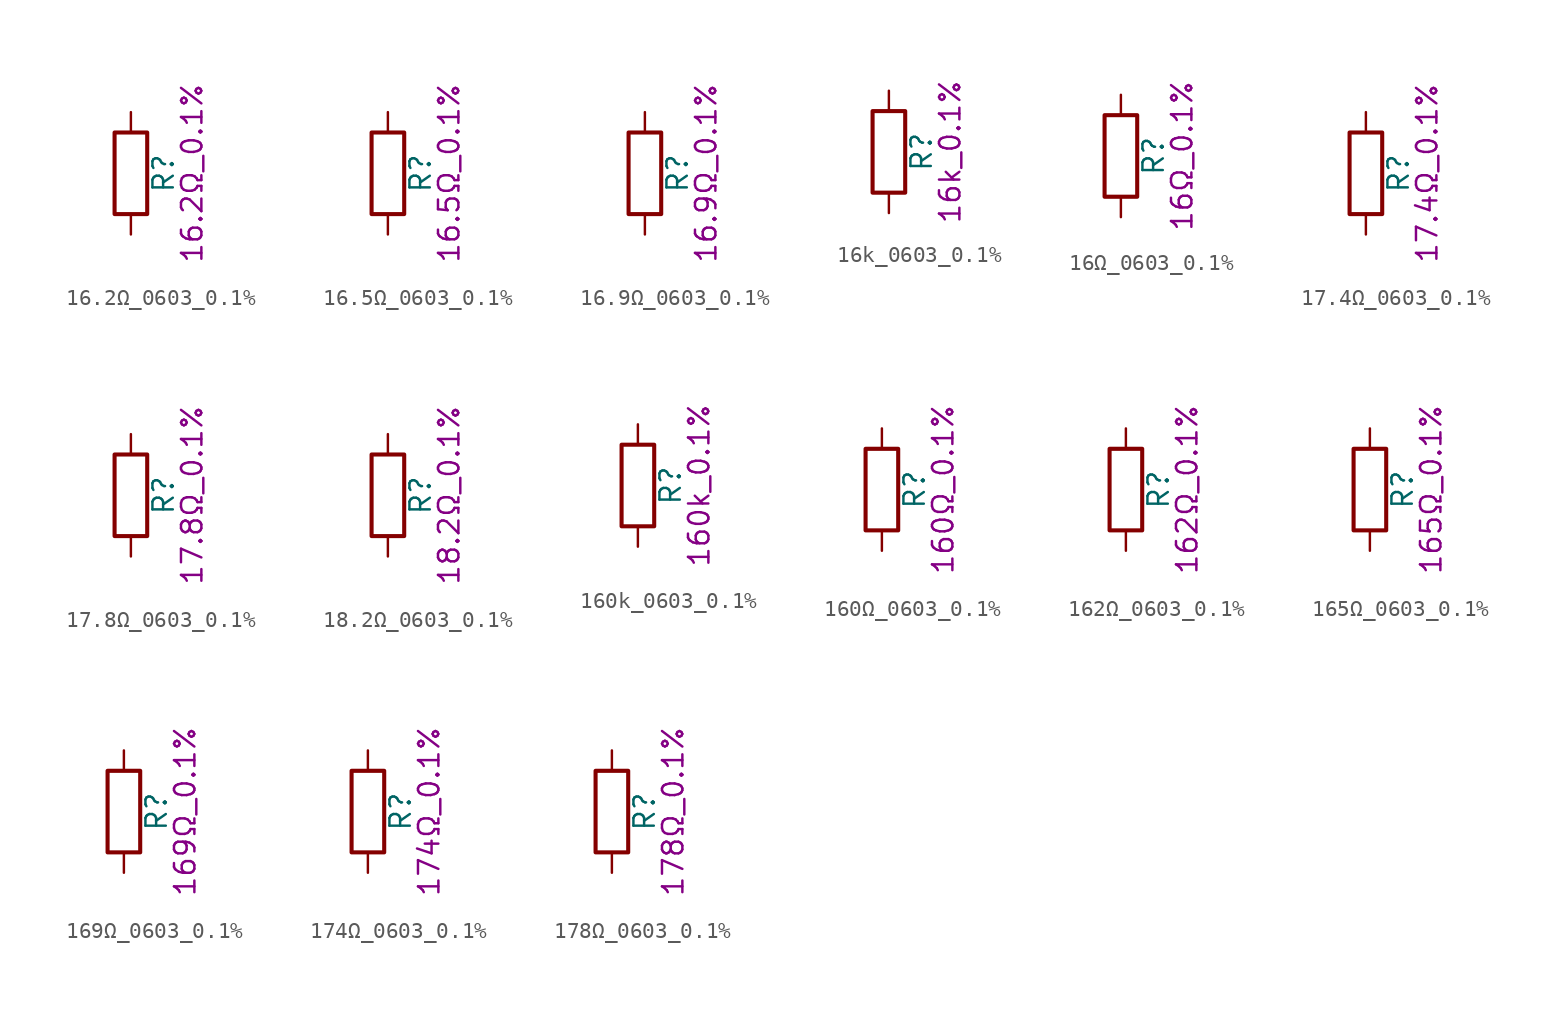
<source format=kicad_sym>
(kicad_symbol_lib
  (version 20211014)
  (generator kicad_symbol_editor)
  (symbol "16.2Ω_0603_0.1%"
    (pin_numbers hide)
    (pin_names
      (offset 0))
    (property "Reference" "R"
      (at 2.032 0 90)
      (effects (font (size 1.27 1.27))))
    (property "Display" "16.2Ω_0.1%"
      (at 3.81 0 90)
      (effects (font (size 1.27 1.27))))
    (symbol "16.2Ω_0603_0.1%_0_1"
      (rectangle (start -1.016 -2.54) (end 1.016 2.54) (stroke (width 0.254) (type default) (color 0 0 0 0)) (fill (type none))))
    (symbol "16.2Ω_0603_0.1%_1_1"
      (pin passive line (at 0 3.81 270) (length 1.27) (name "~" (effects (font (size 1.27 1.27)))) (number "1" (effects (font (size 1.27 1.27)))))
      (pin passive line (at 0 -3.81 90) (length 1.27) (name "~" (effects (font (size 1.27 1.27)))) (number "2" (effects (font (size 1.27 1.27)))))))
  (symbol "16.5Ω_0603_0.1%"
    (pin_numbers hide)
    (pin_names
      (offset 0))
    (property "Reference" "R"
      (at 2.032 0 90)
      (effects (font (size 1.27 1.27))))
    (property "Display" "16.5Ω_0.1%"
      (at 3.81 0 90)
      (effects (font (size 1.27 1.27))))
    (symbol "16.5Ω_0603_0.1%_0_1"
      (rectangle (start -1.016 -2.54) (end 1.016 2.54) (stroke (width 0.254) (type default) (color 0 0 0 0)) (fill (type none))))
    (symbol "16.5Ω_0603_0.1%_1_1"
      (pin passive line (at 0 3.81 270) (length 1.27) (name "~" (effects (font (size 1.27 1.27)))) (number "1" (effects (font (size 1.27 1.27)))))
      (pin passive line (at 0 -3.81 90) (length 1.27) (name "~" (effects (font (size 1.27 1.27)))) (number "2" (effects (font (size 1.27 1.27)))))))
  (symbol "16.9Ω_0603_0.1%"
    (pin_numbers hide)
    (pin_names
      (offset 0))
    (property "Reference" "R"
      (at 2.032 0 90)
      (effects (font (size 1.27 1.27))))
    (property "Display" "16.9Ω_0.1%"
      (at 3.81 0 90)
      (effects (font (size 1.27 1.27))))
    (symbol "16.9Ω_0603_0.1%_0_1"
      (rectangle (start -1.016 -2.54) (end 1.016 2.54) (stroke (width 0.254) (type default) (color 0 0 0 0)) (fill (type none))))
    (symbol "16.9Ω_0603_0.1%_1_1"
      (pin passive line (at 0 3.81 270) (length 1.27) (name "~" (effects (font (size 1.27 1.27)))) (number "1" (effects (font (size 1.27 1.27)))))
      (pin passive line (at 0 -3.81 90) (length 1.27) (name "~" (effects (font (size 1.27 1.27)))) (number "2" (effects (font (size 1.27 1.27)))))))
  (symbol "16k_0603_0.1%"
    (pin_numbers hide)
    (pin_names
      (offset 0))
    (property "Reference" "R"
      (at 2.032 0 90)
      (effects (font (size 1.27 1.27))))
    (property "Display" "16k_0.1%"
      (at 3.81 0 90)
      (effects (font (size 1.27 1.27))))
    (symbol "16k_0603_0.1%_0_1"
      (rectangle (start -1.016 -2.54) (end 1.016 2.54) (stroke (width 0.254) (type default) (color 0 0 0 0)) (fill (type none))))
    (symbol "16k_0603_0.1%_1_1"
      (pin passive line (at 0 3.81 270) (length 1.27) (name "~" (effects (font (size 1.27 1.27)))) (number "1" (effects (font (size 1.27 1.27)))))
      (pin passive line (at 0 -3.81 90) (length 1.27) (name "~" (effects (font (size 1.27 1.27)))) (number "2" (effects (font (size 1.27 1.27)))))))
  (symbol "16Ω_0603_0.1%"
    (pin_numbers hide)
    (pin_names
      (offset 0))
    (property "Reference" "R"
      (at 2.032 0 90)
      (effects (font (size 1.27 1.27))))
    (property "Display" "16Ω_0.1%"
      (at 3.81 0 90)
      (effects (font (size 1.27 1.27))))
    (symbol "16Ω_0603_0.1%_0_1"
      (rectangle (start -1.016 -2.54) (end 1.016 2.54) (stroke (width 0.254) (type default) (color 0 0 0 0)) (fill (type none))))
    (symbol "16Ω_0603_0.1%_1_1"
      (pin passive line (at 0 3.81 270) (length 1.27) (name "~" (effects (font (size 1.27 1.27)))) (number "1" (effects (font (size 1.27 1.27)))))
      (pin passive line (at 0 -3.81 90) (length 1.27) (name "~" (effects (font (size 1.27 1.27)))) (number "2" (effects (font (size 1.27 1.27)))))))
  (symbol "17.4Ω_0603_0.1%"
    (pin_numbers hide)
    (pin_names
      (offset 0))
    (property "Reference" "R"
      (at 2.032 0 90)
      (effects (font (size 1.27 1.27))))
    (property "Display" "17.4Ω_0.1%"
      (at 3.81 0 90)
      (effects (font (size 1.27 1.27))))
    (symbol "17.4Ω_0603_0.1%_0_1"
      (rectangle (start -1.016 -2.54) (end 1.016 2.54) (stroke (width 0.254) (type default) (color 0 0 0 0)) (fill (type none))))
    (symbol "17.4Ω_0603_0.1%_1_1"
      (pin passive line (at 0 3.81 270) (length 1.27) (name "~" (effects (font (size 1.27 1.27)))) (number "1" (effects (font (size 1.27 1.27)))))
      (pin passive line (at 0 -3.81 90) (length 1.27) (name "~" (effects (font (size 1.27 1.27)))) (number "2" (effects (font (size 1.27 1.27)))))))
  (symbol "17.8Ω_0603_0.1%"
    (pin_numbers hide)
    (pin_names
      (offset 0))
    (property "Reference" "R"
      (at 2.032 0 90)
      (effects (font (size 1.27 1.27))))
    (property "Display" "17.8Ω_0.1%"
      (at 3.81 0 90)
      (effects (font (size 1.27 1.27))))
    (symbol "17.8Ω_0603_0.1%_0_1"
      (rectangle (start -1.016 -2.54) (end 1.016 2.54) (stroke (width 0.254) (type default) (color 0 0 0 0)) (fill (type none))))
    (symbol "17.8Ω_0603_0.1%_1_1"
      (pin passive line (at 0 3.81 270) (length 1.27) (name "~" (effects (font (size 1.27 1.27)))) (number "1" (effects (font (size 1.27 1.27)))))
      (pin passive line (at 0 -3.81 90) (length 1.27) (name "~" (effects (font (size 1.27 1.27)))) (number "2" (effects (font (size 1.27 1.27)))))))
  (symbol "18.2Ω_0603_0.1%"
    (pin_numbers hide)
    (pin_names
      (offset 0))
    (property "Reference" "R"
      (at 2.032 0 90)
      (effects (font (size 1.27 1.27))))
    (property "Display" "18.2Ω_0.1%"
      (at 3.81 0 90)
      (effects (font (size 1.27 1.27))))
    (symbol "18.2Ω_0603_0.1%_0_1"
      (rectangle (start -1.016 -2.54) (end 1.016 2.54) (stroke (width 0.254) (type default) (color 0 0 0 0)) (fill (type none))))
    (symbol "18.2Ω_0603_0.1%_1_1"
      (pin passive line (at 0 3.81 270) (length 1.27) (name "~" (effects (font (size 1.27 1.27)))) (number "1" (effects (font (size 1.27 1.27)))))
      (pin passive line (at 0 -3.81 90) (length 1.27) (name "~" (effects (font (size 1.27 1.27)))) (number "2" (effects (font (size 1.27 1.27)))))))
  (symbol "160k_0603_0.1%"
    (pin_numbers hide)
    (pin_names
      (offset 0))
    (property "Reference" "R"
      (at 2.032 0 90)
      (effects (font (size 1.27 1.27))))
    (property "Display" "160k_0.1%"
      (at 3.81 0 90)
      (effects (font (size 1.27 1.27))))
    (symbol "160k_0603_0.1%_0_1"
      (rectangle (start -1.016 -2.54) (end 1.016 2.54) (stroke (width 0.254) (type default) (color 0 0 0 0)) (fill (type none))))
    (symbol "160k_0603_0.1%_1_1"
      (pin passive line (at 0 3.81 270) (length 1.27) (name "~" (effects (font (size 1.27 1.27)))) (number "1" (effects (font (size 1.27 1.27)))))
      (pin passive line (at 0 -3.81 90) (length 1.27) (name "~" (effects (font (size 1.27 1.27)))) (number "2" (effects (font (size 1.27 1.27)))))))
  (symbol "160Ω_0603_0.1%"
    (pin_numbers hide)
    (pin_names
      (offset 0))
    (property "Reference" "R"
      (at 2.032 0 90)
      (effects (font (size 1.27 1.27))))
    (property "Display" "160Ω_0.1%"
      (at 3.81 0 90)
      (effects (font (size 1.27 1.27))))
    (symbol "160Ω_0603_0.1%_0_1"
      (rectangle (start -1.016 -2.54) (end 1.016 2.54) (stroke (width 0.254) (type default) (color 0 0 0 0)) (fill (type none))))
    (symbol "160Ω_0603_0.1%_1_1"
      (pin passive line (at 0 3.81 270) (length 1.27) (name "~" (effects (font (size 1.27 1.27)))) (number "1" (effects (font (size 1.27 1.27)))))
      (pin passive line (at 0 -3.81 90) (length 1.27) (name "~" (effects (font (size 1.27 1.27)))) (number "2" (effects (font (size 1.27 1.27)))))))
  (symbol "162Ω_0603_0.1%"
    (pin_numbers hide)
    (pin_names
      (offset 0))
    (property "Reference" "R"
      (at 2.032 0 90)
      (effects (font (size 1.27 1.27))))
    (property "Display" "162Ω_0.1%"
      (at 3.81 0 90)
      (effects (font (size 1.27 1.27))))
    (symbol "162Ω_0603_0.1%_0_1"
      (rectangle (start -1.016 -2.54) (end 1.016 2.54) (stroke (width 0.254) (type default) (color 0 0 0 0)) (fill (type none))))
    (symbol "162Ω_0603_0.1%_1_1"
      (pin passive line (at 0 3.81 270) (length 1.27) (name "~" (effects (font (size 1.27 1.27)))) (number "1" (effects (font (size 1.27 1.27)))))
      (pin passive line (at 0 -3.81 90) (length 1.27) (name "~" (effects (font (size 1.27 1.27)))) (number "2" (effects (font (size 1.27 1.27)))))))
  (symbol "165Ω_0603_0.1%"
    (pin_numbers hide)
    (pin_names
      (offset 0))
    (property "Reference" "R"
      (at 2.032 0 90)
      (effects (font (size 1.27 1.27))))
    (property "Display" "165Ω_0.1%"
      (at 3.81 0 90)
      (effects (font (size 1.27 1.27))))
    (symbol "165Ω_0603_0.1%_0_1"
      (rectangle (start -1.016 -2.54) (end 1.016 2.54) (stroke (width 0.254) (type default) (color 0 0 0 0)) (fill (type none))))
    (symbol "165Ω_0603_0.1%_1_1"
      (pin passive line (at 0 3.81 270) (length 1.27) (name "~" (effects (font (size 1.27 1.27)))) (number "1" (effects (font (size 1.27 1.27)))))
      (pin passive line (at 0 -3.81 90) (length 1.27) (name "~" (effects (font (size 1.27 1.27)))) (number "2" (effects (font (size 1.27 1.27)))))))
  (symbol "169Ω_0603_0.1%"
    (pin_numbers hide)
    (pin_names
      (offset 0))
    (property "Reference" "R"
      (at 2.032 0 90)
      (effects (font (size 1.27 1.27))))
    (property "Display" "169Ω_0.1%"
      (at 3.81 0 90)
      (effects (font (size 1.27 1.27))))
    (symbol "169Ω_0603_0.1%_0_1"
      (rectangle (start -1.016 -2.54) (end 1.016 2.54) (stroke (width 0.254) (type default) (color 0 0 0 0)) (fill (type none))))
    (symbol "169Ω_0603_0.1%_1_1"
      (pin passive line (at 0 3.81 270) (length 1.27) (name "~" (effects (font (size 1.27 1.27)))) (number "1" (effects (font (size 1.27 1.27)))))
      (pin passive line (at 0 -3.81 90) (length 1.27) (name "~" (effects (font (size 1.27 1.27)))) (number "2" (effects (font (size 1.27 1.27)))))))
  (symbol "174Ω_0603_0.1%"
    (pin_numbers hide)
    (pin_names
      (offset 0))
    (property "Reference" "R"
      (at 2.032 0 90)
      (effects (font (size 1.27 1.27))))
    (property "Display" "174Ω_0.1%"
      (at 3.81 0 90)
      (effects (font (size 1.27 1.27))))
    (symbol "174Ω_0603_0.1%_0_1"
      (rectangle (start -1.016 -2.54) (end 1.016 2.54) (stroke (width 0.254) (type default) (color 0 0 0 0)) (fill (type none))))
    (symbol "174Ω_0603_0.1%_1_1"
      (pin passive line (at 0 3.81 270) (length 1.27) (name "~" (effects (font (size 1.27 1.27)))) (number "1" (effects (font (size 1.27 1.27)))))
      (pin passive line (at 0 -3.81 90) (length 1.27) (name "~" (effects (font (size 1.27 1.27)))) (number "2" (effects (font (size 1.27 1.27)))))))
  (symbol "178Ω_0603_0.1%"
    (pin_numbers hide)
    (pin_names
      (offset 0))
    (property "Reference" "R"
      (at 2.032 0 90)
      (effects (font (size 1.27 1.27))))
    (property "Display" "178Ω_0.1%"
      (at 3.81 0 90)
      (effects (font (size 1.27 1.27))))
    (symbol "178Ω_0603_0.1%_0_1"
      (rectangle (start -1.016 -2.54) (end 1.016 2.54) (stroke (width 0.254) (type default) (color 0 0 0 0)) (fill (type none))))
    (symbol "178Ω_0603_0.1%_1_1"
      (pin passive line (at 0 3.81 270) (length 1.27) (name "~" (effects (font (size 1.27 1.27)))) (number "1" (effects (font (size 1.27 1.27)))))
      (pin passive line (at 0 -3.81 90) (length 1.27) (name "~" (effects (font (size 1.27 1.27)))) (number "2" (effects (font (size 1.27 1.27))))))))
</source>
